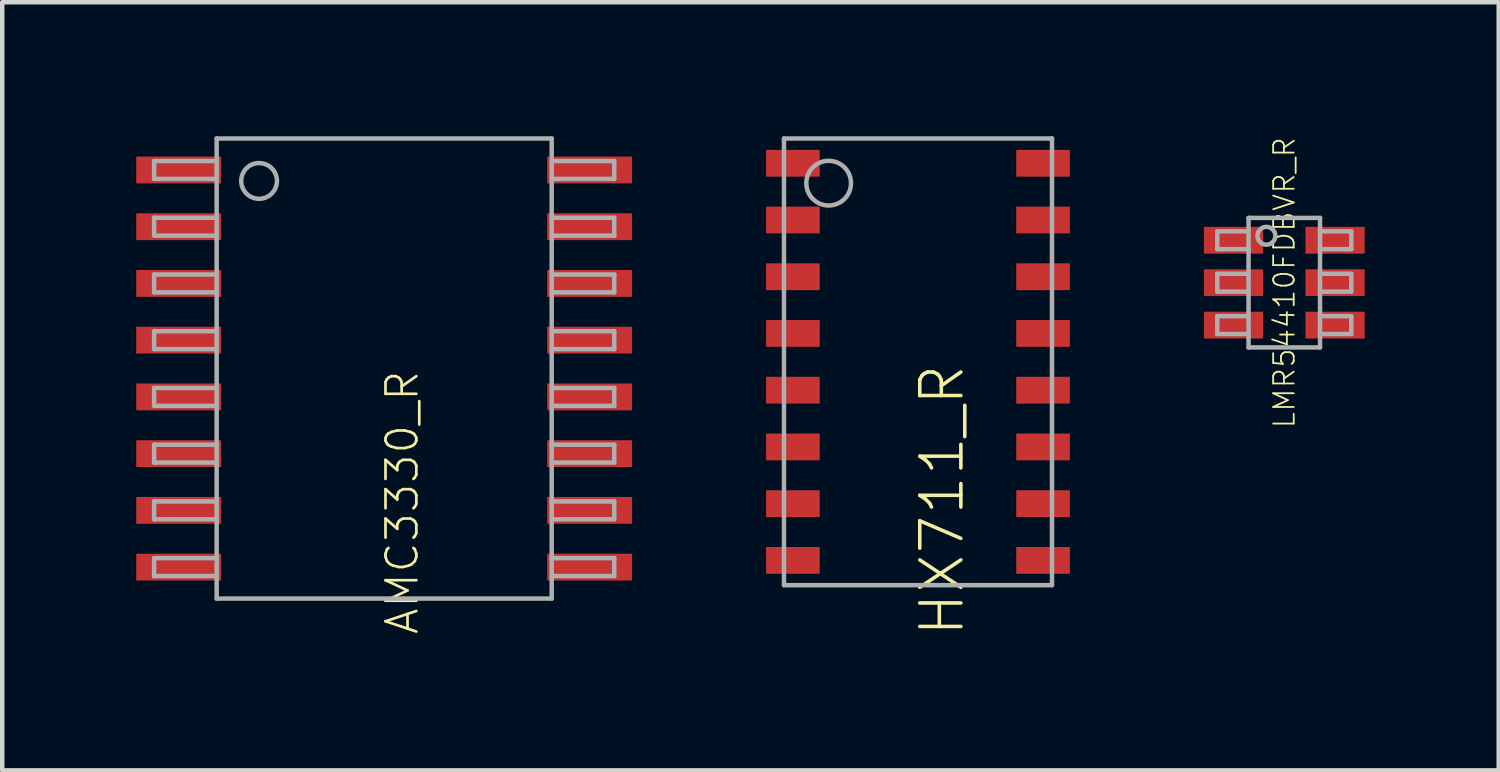
<source format=kicad_pcb>
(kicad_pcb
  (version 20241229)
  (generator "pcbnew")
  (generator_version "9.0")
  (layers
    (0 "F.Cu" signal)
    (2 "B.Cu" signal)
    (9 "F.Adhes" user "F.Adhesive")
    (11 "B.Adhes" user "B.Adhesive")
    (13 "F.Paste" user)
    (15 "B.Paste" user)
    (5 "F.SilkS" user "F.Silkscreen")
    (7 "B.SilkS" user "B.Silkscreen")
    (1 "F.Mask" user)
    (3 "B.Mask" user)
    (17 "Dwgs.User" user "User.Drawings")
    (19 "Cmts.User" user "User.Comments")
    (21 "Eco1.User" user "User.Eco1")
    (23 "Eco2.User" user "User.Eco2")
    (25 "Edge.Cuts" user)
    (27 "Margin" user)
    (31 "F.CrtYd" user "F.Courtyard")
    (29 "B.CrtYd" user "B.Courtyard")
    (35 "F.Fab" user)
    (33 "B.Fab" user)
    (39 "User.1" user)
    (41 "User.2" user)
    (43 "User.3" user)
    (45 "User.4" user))
  (footprint "HX711_R"
    (layer "F.Cu")
    (at 17.5 5.05)
    (property "Reference" "HX711_R" (at 0 0 90) (unlocked yes) (layer "F.SilkS") (effects (font (size 0.92 0.92) (thickness 0.08)) (justify right top)))
    (fp_line (start -3 -5) (end -3 5) (stroke (width 0.1) (type solid)) (layer "F.Fab"))
    (fp_line (start -3 5) (end 3 5) (stroke (width 0.1) (type solid)) (layer "F.Fab"))
    (fp_line (start 3 -5) (end -3 -5) (stroke (width 0.1) (type solid)) (layer "F.Fab"))
    (fp_line (start 3 5) (end 3 -5) (stroke (width 0.1) (type solid)) (layer "F.Fab"))
    (fp_circle (center -2 -4) (end -1.5 -4) (stroke (width 0.1) (type solid)) (fill no) (layer "F.Fab"))
    (pad "1" smd rect (at -2.8 -4.445) (size 1.2 0.6) (layers "F.Cu" "F.Mask" "F.Paste"))
    (pad "2" smd rect (at -2.8 -3.175) (size 1.2 0.6) (layers "F.Cu" "F.Mask" "F.Paste"))
    (pad "3" smd rect (at -2.8 -1.905) (size 1.2 0.6) (layers "F.Cu" "F.Mask" "F.Paste"))
    (pad "4" smd rect (at -2.8 -0.635) (size 1.2 0.6) (layers "F.Cu" "F.Mask" "F.Paste"))
    (pad "5" smd rect (at -2.8 0.635) (size 1.2 0.6) (layers "F.Cu" "F.Mask" "F.Paste"))
    (pad "6" smd rect (at -2.8 1.905) (size 1.2 0.6) (layers "F.Cu" "F.Mask" "F.Paste"))
    (pad "7" smd rect (at -2.8 3.175) (size 1.2 0.6) (layers "F.Cu" "F.Mask" "F.Paste"))
    (pad "8" smd rect (at -2.8 4.445) (size 1.2 0.6) (layers "F.Cu" "F.Mask" "F.Paste"))
    (pad "9" smd rect (at 2.8 4.445) (size 1.2 0.6) (layers "F.Cu" "F.Mask" "F.Paste"))
    (pad "10" smd rect (at 2.8 3.175) (size 1.2 0.6) (layers "F.Cu" "F.Mask" "F.Paste"))
    (pad "11" smd rect (at 2.8 1.905) (size 1.2 0.6) (layers "F.Cu" "F.Mask" "F.Paste"))
    (pad "12" smd rect (at 2.8 0.635) (size 1.2 0.6) (layers "F.Cu" "F.Mask" "F.Paste"))
    (pad "13" smd rect (at 2.8 -0.635) (size 1.2 0.6) (layers "F.Cu" "F.Mask" "F.Paste"))
    (pad "14" smd rect (at 2.8 -1.905) (size 1.2 0.6) (layers "F.Cu" "F.Mask" "F.Paste"))
    (pad "15" smd rect (at 2.8 -3.175) (size 1.2 0.6) (layers "F.Cu" "F.Mask" "F.Paste"))
    (pad "16" smd rect (at 2.8 -4.445) (size 1.2 0.6) (layers "F.Cu" "F.Mask" "F.Paste")))
  (footprint "AMC3330_R"
    (layer "F.Cu")
    (at 5.55 5.2)
    (property "Reference" "AMC3330_R" (at 0 0 90) (unlocked yes) (layer "F.SilkS") (effects (font (size 0.69 0.69) (thickness 0.06)) (justify right top)))
    (fp_poly (pts (xy -3.65 -4.145) (xy -5.55 -4.145) (xy -5.55 -4.745) (xy -3.65 -4.745)) (stroke (width 0) (type default)) (fill yes) (layer "F.Paste"))
    (fp_poly (pts (xy -3.65 -2.875) (xy -5.55 -2.875) (xy -5.55 -3.475) (xy -3.65 -3.475)) (stroke (width 0) (type default)) (fill yes) (layer "F.Paste"))
    (fp_poly (pts (xy -3.65 -1.605) (xy -5.55 -1.605) (xy -5.55 -2.205) (xy -3.65 -2.205)) (stroke (width 0) (type default)) (fill yes) (layer "F.Paste"))
    (fp_poly (pts (xy -3.65 -0.335) (xy -5.55 -0.335) (xy -5.55 -0.935) (xy -3.65 -0.935)) (stroke (width 0) (type default)) (fill yes) (layer "F.Paste"))
    (fp_poly (pts (xy -3.65 0.935) (xy -5.55 0.935) (xy -5.55 0.335) (xy -3.65 0.335)) (stroke (width 0) (type default)) (fill yes) (layer "F.Paste"))
    (fp_poly (pts (xy -3.65 2.205) (xy -5.55 2.205) (xy -5.55 1.605) (xy -3.65 1.605)) (stroke (width 0) (type default)) (fill yes) (layer "F.Paste"))
    (fp_poly (pts (xy -3.65 3.475) (xy -5.55 3.475) (xy -5.55 2.875) (xy -3.65 2.875)) (stroke (width 0) (type default)) (fill yes) (layer "F.Paste"))
    (fp_poly (pts (xy -3.65 4.745) (xy -5.55 4.745) (xy -5.55 4.145) (xy -3.65 4.145)) (stroke (width 0) (type default)) (fill yes) (layer "F.Paste"))
    (fp_poly (pts (xy 5.55 -4.145) (xy 3.65 -4.145) (xy 3.65 -4.745) (xy 5.55 -4.745)) (stroke (width 0) (type default)) (fill yes) (layer "F.Paste"))
    (fp_poly (pts (xy 5.55 -2.875) (xy 3.65 -2.875) (xy 3.65 -3.475) (xy 5.55 -3.475)) (stroke (width 0) (type default)) (fill yes) (layer "F.Paste"))
    (fp_poly (pts (xy 5.55 -1.605) (xy 3.65 -1.605) (xy 3.65 -2.205) (xy 5.55 -2.205)) (stroke (width 0) (type default)) (fill yes) (layer "F.Paste"))
    (fp_poly (pts (xy 5.55 -0.335) (xy 3.65 -0.335) (xy 3.65 -0.935) (xy 5.55 -0.935)) (stroke (width 0) (type default)) (fill yes) (layer "F.Paste"))
    (fp_poly (pts (xy 5.55 0.935) (xy 3.65 0.935) (xy 3.65 0.335) (xy 5.55 0.335)) (stroke (width 0) (type default)) (fill yes) (layer "F.Paste"))
    (fp_poly (pts (xy 5.55 2.205) (xy 3.65 2.205) (xy 3.65 1.605) (xy 5.55 1.605)) (stroke (width 0) (type default)) (fill yes) (layer "F.Paste"))
    (fp_poly (pts (xy 5.55 3.475) (xy 3.65 3.475) (xy 3.65 2.875) (xy 5.55 2.875)) (stroke (width 0) (type default)) (fill yes) (layer "F.Paste"))
    (fp_poly (pts (xy 5.55 4.745) (xy 3.65 4.745) (xy 3.65 4.145) (xy 5.55 4.145)) (stroke (width 0) (type default)) (fill yes) (layer "F.Paste"))
    (fp_line (start -5.15 -4.645) (end -5.15 -4.245) (stroke (width 0.1) (type solid)) (layer "F.Fab"))
    (fp_line (start -5.15 -3.375) (end -5.15 -2.975) (stroke (width 0.1) (type solid)) (layer "F.Fab"))
    (fp_line (start -5.15 -2.105) (end -5.15 -1.705) (stroke (width 0.1) (type solid)) (layer "F.Fab"))
    (fp_line (start -5.15 -0.835) (end -5.15 -0.435) (stroke (width 0.1) (type solid)) (layer "F.Fab"))
    (fp_line (start -5.15 0.435) (end -5.15 0.835) (stroke (width 0.1) (type solid)) (layer "F.Fab"))
    (fp_line (start -5.15 1.705) (end -5.15 2.105) (stroke (width 0.1) (type solid)) (layer "F.Fab"))
    (fp_line (start -5.15 2.975) (end -5.15 3.375) (stroke (width 0.1) (type solid)) (layer "F.Fab"))
    (fp_line (start -5.15 4.245) (end -5.15 4.645) (stroke (width 0.1) (type solid)) (layer "F.Fab"))
    (fp_line (start -3.75 -5.15) (end -3.75 5.15) (stroke (width 0.1) (type solid)) (layer "F.Fab"))
    (fp_line (start -3.75 -4.645) (end -5.15 -4.645) (stroke (width 0.1) (type solid)) (layer "F.Fab"))
    (fp_line (start -3.75 -4.245) (end -5.15 -4.245) (stroke (width 0.1) (type solid)) (layer "F.Fab"))
    (fp_line (start -3.75 -3.375) (end -5.15 -3.375) (stroke (width 0.1) (type solid)) (layer "F.Fab"))
    (fp_line (start -3.75 -2.975) (end -5.15 -2.975) (stroke (width 0.1) (type solid)) (layer "F.Fab"))
    (fp_line (start -3.75 -2.105) (end -5.15 -2.105) (stroke (width 0.1) (type solid)) (layer "F.Fab"))
    (fp_line (start -3.75 -1.705) (end -5.15 -1.705) (stroke (width 0.1) (type solid)) (layer "F.Fab"))
    (fp_line (start -3.75 -0.835) (end -5.15 -0.835) (stroke (width 0.1) (type solid)) (layer "F.Fab"))
    (fp_line (start -3.75 -0.435) (end -5.15 -0.435) (stroke (width 0.1) (type solid)) (layer "F.Fab"))
    (fp_line (start -3.75 0.435) (end -5.15 0.435) (stroke (width 0.1) (type solid)) (layer "F.Fab"))
    (fp_line (start -3.75 0.835) (end -5.15 0.835) (stroke (width 0.1) (type solid)) (layer "F.Fab"))
    (fp_line (start -3.75 1.705) (end -5.15 1.705) (stroke (width 0.1) (type solid)) (layer "F.Fab"))
    (fp_line (start -3.75 2.105) (end -5.15 2.105) (stroke (width 0.1) (type solid)) (layer "F.Fab"))
    (fp_line (start -3.75 2.975) (end -5.15 2.975) (stroke (width 0.1) (type solid)) (layer "F.Fab"))
    (fp_line (start -3.75 3.375) (end -5.15 3.375) (stroke (width 0.1) (type solid)) (layer "F.Fab"))
    (fp_line (start -3.75 4.245) (end -5.15 4.245) (stroke (width 0.1) (type solid)) (layer "F.Fab"))
    (fp_line (start -3.75 4.645) (end -5.15 4.645) (stroke (width 0.1) (type solid)) (layer "F.Fab"))
    (fp_line (start -3.75 5.15) (end 3.75 5.15) (stroke (width 0.1) (type solid)) (layer "F.Fab"))
    (fp_line (start 3.75 -5.15) (end -3.75 -5.15) (stroke (width 0.1) (type solid)) (layer "F.Fab"))
    (fp_line (start 3.75 -4.645) (end 5.15 -4.645) (stroke (width 0.1) (type solid)) (layer "F.Fab"))
    (fp_line (start 3.75 -4.245) (end 5.15 -4.245) (stroke (width 0.1) (type solid)) (layer "F.Fab"))
    (fp_line (start 3.75 -3.375) (end 5.15 -3.375) (stroke (width 0.1) (type solid)) (layer "F.Fab"))
    (fp_line (start 3.75 -2.975) (end 5.15 -2.975) (stroke (width 0.1) (type solid)) (layer "F.Fab"))
    (fp_line (start 3.75 -2.105) (end 5.15 -2.105) (stroke (width 0.1) (type solid)) (layer "F.Fab"))
    (fp_line (start 3.75 -1.705) (end 5.15 -1.705) (stroke (width 0.1) (type solid)) (layer "F.Fab"))
    (fp_line (start 3.75 -0.835) (end 5.15 -0.835) (stroke (width 0.1) (type solid)) (layer "F.Fab"))
    (fp_line (start 3.75 -0.435) (end 5.15 -0.435) (stroke (width 0.1) (type solid)) (layer "F.Fab"))
    (fp_line (start 3.75 0.435) (end 5.15 0.435) (stroke (width 0.1) (type solid)) (layer "F.Fab"))
    (fp_line (start 3.75 0.835) (end 5.15 0.835) (stroke (width 0.1) (type solid)) (layer "F.Fab"))
    (fp_line (start 3.75 1.705) (end 5.15 1.705) (stroke (width 0.1) (type solid)) (layer "F.Fab"))
    (fp_line (start 3.75 2.105) (end 5.15 2.105) (stroke (width 0.1) (type solid)) (layer "F.Fab"))
    (fp_line (start 3.75 2.975) (end 5.15 2.975) (stroke (width 0.1) (type solid)) (layer "F.Fab"))
    (fp_line (start 3.75 3.375) (end 5.15 3.375) (stroke (width 0.1) (type solid)) (layer "F.Fab"))
    (fp_line (start 3.75 4.245) (end 5.15 4.245) (stroke (width 0.1) (type solid)) (layer "F.Fab"))
    (fp_line (start 3.75 4.645) (end 5.15 4.645) (stroke (width 0.1) (type solid)) (layer "F.Fab"))
    (fp_line (start 3.75 5.15) (end 3.75 -5.15) (stroke (width 0.1) (type solid)) (layer "F.Fab"))
    (fp_line (start 5.15 -4.245) (end 5.15 -4.645) (stroke (width 0.1) (type solid)) (layer "F.Fab"))
    (fp_line (start 5.15 -2.975) (end 5.15 -3.375) (stroke (width 0.1) (type solid)) (layer "F.Fab"))
    (fp_line (start 5.15 -1.705) (end 5.15 -2.105) (stroke (width 0.1) (type solid)) (layer "F.Fab"))
    (fp_line (start 5.15 -0.435) (end 5.15 -0.835) (stroke (width 0.1) (type solid)) (layer "F.Fab"))
    (fp_line (start 5.15 0.835) (end 5.15 0.435) (stroke (width 0.1) (type solid)) (layer "F.Fab"))
    (fp_line (start 5.15 2.105) (end 5.15 1.705) (stroke (width 0.1) (type solid)) (layer "F.Fab"))
    (fp_line (start 5.15 3.375) (end 5.15 2.975) (stroke (width 0.1) (type solid)) (layer "F.Fab"))
    (fp_line (start 5.15 4.645) (end 5.15 4.245) (stroke (width 0.1) (type solid)) (layer "F.Fab"))
    (fp_circle (center -2.8 -4.2) (end -2.4 -4.2) (stroke (width 0.1) (type solid)) (fill no) (layer "F.Fab"))
    (pad "1" smd rect (at -4.6 -4.445) (size 1.9 0.6) (layers "F.Cu" "F.Mask"))
    (pad "2" smd rect (at -4.6 -3.175) (size 1.9 0.6) (layers "F.Cu" "F.Mask"))
    (pad "3" smd rect (at -4.6 -1.905) (size 1.9 0.6) (layers "F.Cu" "F.Mask"))
    (pad "4" smd rect (at -4.6 -0.635) (size 1.9 0.6) (layers "F.Cu" "F.Mask"))
    (pad "5" smd rect (at -4.6 0.635) (size 1.9 0.6) (layers "F.Cu" "F.Mask"))
    (pad "6" smd rect (at -4.6 1.905) (size 1.9 0.6) (layers "F.Cu" "F.Mask"))
    (pad "7" smd rect (at -4.6 3.175) (size 1.9 0.6) (layers "F.Cu" "F.Mask"))
    (pad "8" smd rect (at -4.6 4.445) (size 1.9 0.6) (layers "F.Cu" "F.Mask"))
    (pad "9" smd rect (at 4.6 4.445) (size 1.9 0.6) (layers "F.Cu" "F.Mask"))
    (pad "10" smd rect (at 4.6 3.175) (size 1.9 0.6) (layers "F.Cu" "F.Mask"))
    (pad "11" smd rect (at 4.6 1.905) (size 1.9 0.6) (layers "F.Cu" "F.Mask"))
    (pad "12" smd rect (at 4.6 0.635) (size 1.9 0.6) (layers "F.Cu" "F.Mask"))
    (pad "13" smd rect (at 4.6 -0.635) (size 1.9 0.6) (layers "F.Cu" "F.Mask"))
    (pad "14" smd rect (at 4.6 -1.905) (size 1.9 0.6) (layers "F.Cu" "F.Mask"))
    (pad "15" smd rect (at 4.6 -3.175) (size 1.9 0.6) (layers "F.Cu" "F.Mask"))
    (pad "16" smd rect (at 4.6 -4.445) (size 1.9 0.6) (layers "F.Cu" "F.Mask")))
  (footprint "LMR54410FDBVR_R"
    (layer "F.Cu")
    (at 25.7 3.278)
    (property "Reference" "LMR54410FDBVR_R" (at 0 0 90) (unlocked yes) (layer "F.SilkS") (effects (font (size 0.46 0.46) (thickness 0.04))))
    (fp_poly (pts (xy -0.476 -0.65) (xy -1.8 -0.65) (xy -1.8 -1.25) (xy -0.476 -1.25)) (stroke (width 0) (type default)) (fill yes) (layer "F.Paste"))
    (fp_poly (pts (xy -0.476 0.3) (xy -1.8 0.3) (xy -1.8 -0.3) (xy -0.476 -0.3)) (stroke (width 0) (type default)) (fill yes) (layer "F.Paste"))
    (fp_poly (pts (xy -0.476 1.25) (xy -1.8 1.25) (xy -1.8 0.65) (xy -0.476 0.65)) (stroke (width 0) (type default)) (fill yes) (layer "F.Paste"))
    (fp_poly (pts (xy 1.8 -0.65) (xy 0.476 -0.65) (xy 0.476 -1.25) (xy 1.8 -1.25)) (stroke (width 0) (type default)) (fill yes) (layer "F.Paste"))
    (fp_poly (pts (xy 1.8 0.3) (xy 0.476 0.3) (xy 0.476 -0.3) (xy 1.8 -0.3)) (stroke (width 0) (type default)) (fill yes) (layer "F.Paste"))
    (fp_poly (pts (xy 1.8 1.25) (xy 0.476 1.25) (xy 0.476 0.65) (xy 1.8 0.65)) (stroke (width 0) (type default)) (fill yes) (layer "F.Paste"))
    (fp_line (start -1.5 -1.15) (end -1.5 -0.75) (stroke (width 0.1) (type solid)) (layer "F.Fab"))
    (fp_line (start -1.5 -0.75) (end -0.8 -0.75) (stroke (width 0.1) (type solid)) (layer "F.Fab"))
    (fp_line (start -1.5 -0.2) (end -1.5 0.2) (stroke (width 0.1) (type solid)) (layer "F.Fab"))
    (fp_line (start -1.5 0.75) (end -1.5 1.15) (stroke (width 0.1) (type solid)) (layer "F.Fab"))
    (fp_line (start -0.8 -1.45) (end 0.8 -1.45) (stroke (width 0.1) (type solid)) (layer "F.Fab"))
    (fp_line (start -0.8 -1.15) (end -1.5 -1.15) (stroke (width 0.1) (type solid)) (layer "F.Fab"))
    (fp_line (start -0.8 -1.15) (end -0.8 -1.45) (stroke (width 0.1) (type solid)) (layer "F.Fab"))
    (fp_line (start -0.8 -0.75) (end -0.8 -1.15) (stroke (width 0.1) (type solid)) (layer "F.Fab"))
    (fp_line (start -0.8 -0.2) (end -1.5 -0.2) (stroke (width 0.1) (type solid)) (layer "F.Fab"))
    (fp_line (start -0.8 -0.2) (end -0.8 -0.75) (stroke (width 0.1) (type solid)) (layer "F.Fab"))
    (fp_line (start -0.8 0.2) (end -1.5 0.2) (stroke (width 0.1) (type solid)) (layer "F.Fab"))
    (fp_line (start -0.8 0.2) (end -0.8 -0.2) (stroke (width 0.1) (type solid)) (layer "F.Fab"))
    (fp_line (start -0.8 0.75) (end -1.5 0.75) (stroke (width 0.1) (type solid)) (layer "F.Fab"))
    (fp_line (start -0.8 0.75) (end -0.8 0.2) (stroke (width 0.1) (type solid)) (layer "F.Fab"))
    (fp_line (start -0.8 1.15) (end -1.5 1.15) (stroke (width 0.1) (type solid)) (layer "F.Fab"))
    (fp_line (start -0.8 1.15) (end -0.8 0.75) (stroke (width 0.1) (type solid)) (layer "F.Fab"))
    (fp_line (start -0.8 1.45) (end -0.8 1.15) (stroke (width 0.1) (type solid)) (layer "F.Fab"))
    (fp_line (start 0.8 -1.45) (end 0.8 -1.15) (stroke (width 0.1) (type solid)) (layer "F.Fab"))
    (fp_line (start 0.8 -1.15) (end 0.8 -0.75) (stroke (width 0.1) (type solid)) (layer "F.Fab"))
    (fp_line (start 0.8 -0.75) (end 0.8 0.75) (stroke (width 0.1) (type solid)) (layer "F.Fab"))
    (fp_line (start 0.8 0.75) (end 0.8 1.15) (stroke (width 0.1) (type solid)) (layer "F.Fab"))
    (fp_line (start 0.8 1.15) (end 0.8 1.45) (stroke (width 0.1) (type solid)) (layer "F.Fab"))
    (fp_line (start 0.8 1.45) (end -0.8 1.45) (stroke (width 0.1) (type solid)) (layer "F.Fab"))
    (fp_line (start 1.5 -1.15) (end 0.8 -1.15) (stroke (width 0.1) (type solid)) (layer "F.Fab"))
    (fp_line (start 1.5 -1.15) (end 1.5 -0.75) (stroke (width 0.1) (type solid)) (layer "F.Fab"))
    (fp_line (start 1.5 -0.75) (end 0.8 -0.75) (stroke (width 0.1) (type solid)) (layer "F.Fab"))
    (fp_line (start 1.5 -0.2) (end 0.8 -0.2) (stroke (width 0.1) (type solid)) (layer "F.Fab"))
    (fp_line (start 1.5 -0.2) (end 1.5 0.2) (stroke (width 0.1) (type solid)) (layer "F.Fab"))
    (fp_line (start 1.5 0.2) (end 0.8 0.2) (stroke (width 0.1) (type solid)) (layer "F.Fab"))
    (fp_line (start 1.5 0.75) (end 0.8 0.75) (stroke (width 0.1) (type solid)) (layer "F.Fab"))
    (fp_line (start 1.5 0.75) (end 1.5 1.15) (stroke (width 0.1) (type solid)) (layer "F.Fab"))
    (fp_line (start 1.5 1.15) (end 0.8 1.15) (stroke (width 0.1) (type solid)) (layer "F.Fab"))
    (fp_circle (center -0.4 -1.05) (end -0.2 -1.05) (stroke (width 0.1) (type solid)) (fill no) (layer "F.Fab"))
    (pad "1" smd rect (at -1.137 -0.95) (size 1.325 0.6) (layers "F.Cu" "F.Mask"))
    (pad "2" smd rect (at -1.137 0) (size 1.325 0.6) (layers "F.Cu" "F.Mask"))
    (pad "3" smd rect (at -1.137 0.95) (size 1.325 0.6) (layers "F.Cu" "F.Mask"))
    (pad "4" smd rect (at 1.137 0.95) (size 1.325 0.6) (layers "F.Cu" "F.Mask"))
    (pad "5" smd rect (at 1.137 0) (size 1.325 0.6) (layers "F.Cu" "F.Mask"))
    (pad "6" smd rect (at 1.137 -0.95) (size 1.325 0.6) (layers "F.Cu" "F.Mask")))
  (gr_rect
    (start -3 -3)
    (end 30.5 14.196)
    (stroke (width 0.1) (type default))
    (fill no)
    (layer "Edge.Cuts")))
</source>
